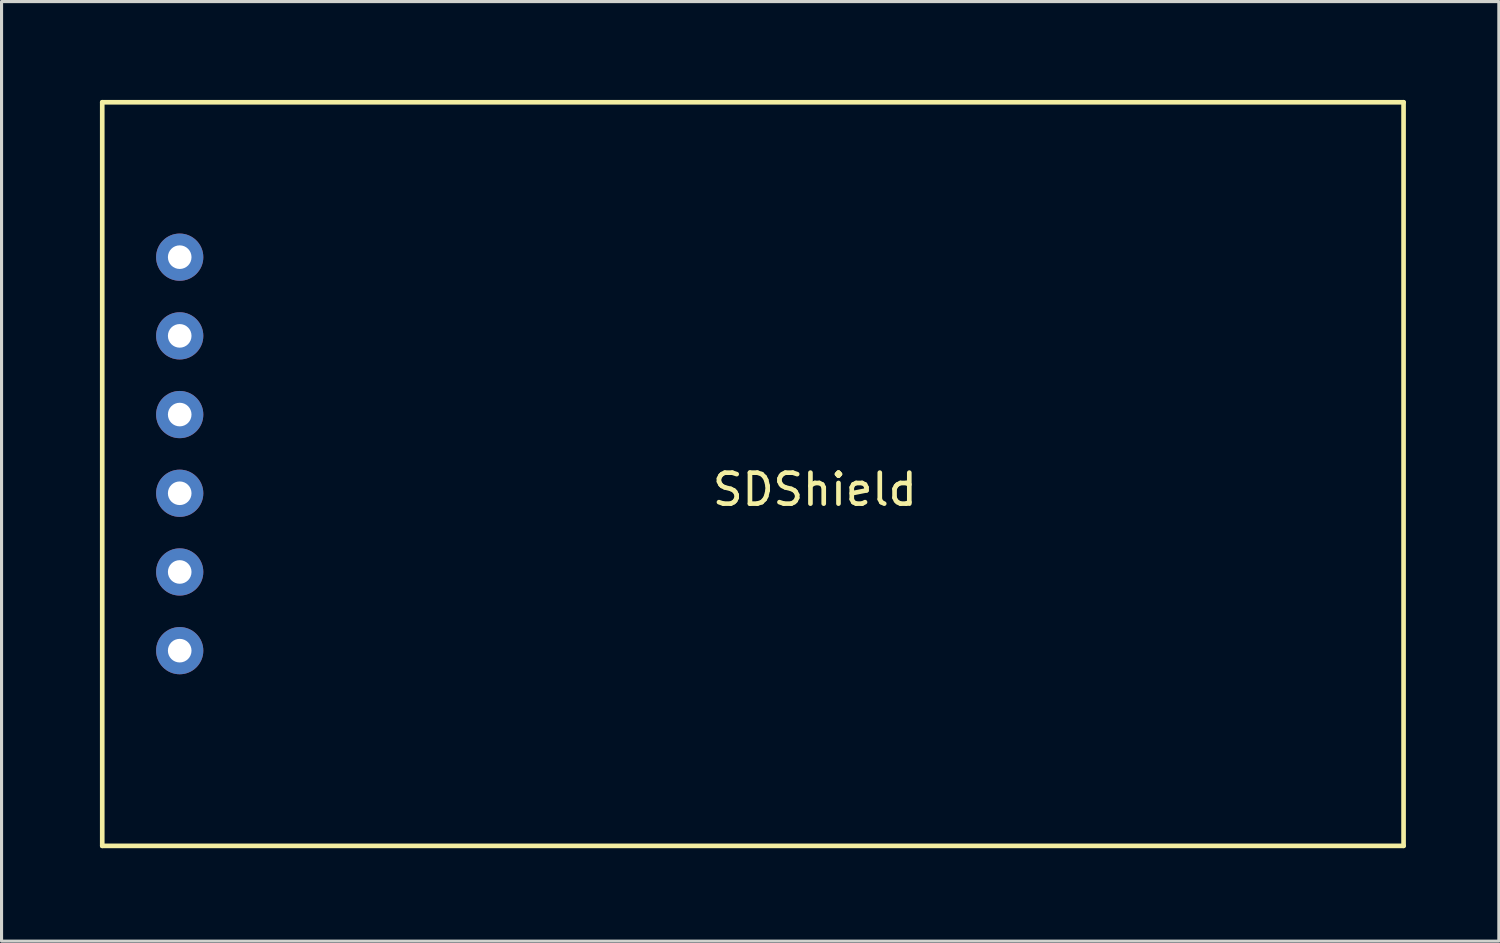
<source format=kicad_pcb>
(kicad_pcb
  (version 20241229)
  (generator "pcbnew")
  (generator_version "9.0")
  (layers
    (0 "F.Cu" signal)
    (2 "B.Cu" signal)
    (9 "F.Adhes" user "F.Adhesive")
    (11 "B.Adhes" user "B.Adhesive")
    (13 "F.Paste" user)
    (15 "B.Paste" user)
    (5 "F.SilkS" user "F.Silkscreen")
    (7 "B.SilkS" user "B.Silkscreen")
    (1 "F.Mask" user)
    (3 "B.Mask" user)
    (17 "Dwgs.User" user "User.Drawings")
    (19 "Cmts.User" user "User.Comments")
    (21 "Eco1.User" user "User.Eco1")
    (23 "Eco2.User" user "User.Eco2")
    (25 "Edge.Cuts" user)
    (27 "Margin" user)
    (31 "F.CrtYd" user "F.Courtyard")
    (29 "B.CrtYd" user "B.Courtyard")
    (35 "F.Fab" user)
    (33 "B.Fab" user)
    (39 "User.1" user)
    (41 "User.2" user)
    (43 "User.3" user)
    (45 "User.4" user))
  (footprint "SDShield"
    (layer "F.Cu")
    (at 0.25 0.25)
    (property "Reference" "SDShield" (at 23 12.5 0) (layer "F.SilkS") (effects (font (size 1 1) (thickness 0.15))))
    (attr through_hole)
    (fp_line (start 0 0) (end 0 24) (stroke (width 0.15) (type solid)) (layer "F.SilkS"))
    (fp_line (start 0 24) (end 42 24) (stroke (width 0.15) (type solid)) (layer "F.SilkS"))
    (fp_line (start 42 0) (end 0 0) (stroke (width 0.15) (type solid)) (layer "F.SilkS"))
    (fp_line (start 42 24) (end 42 0) (stroke (width 0.15) (type solid)) (layer "F.SilkS"))
    (pad "1" thru_hole circle (at 2.5 5) (size 1.524 1.524) (drill 0.762) (layers "*.Cu" "*.Mask"))
    (pad "2" thru_hole circle (at 2.5 7.54) (size 1.524 1.524) (drill 0.762) (layers "*.Cu" "*.Mask"))
    (pad "3" thru_hole circle (at 2.5 10.08) (size 1.524 1.524) (drill 0.762) (layers "*.Cu" "*.Mask"))
    (pad "4" thru_hole circle (at 2.5 12.62) (size 1.524 1.524) (drill 0.762) (layers "*.Cu" "*.Mask"))
    (pad "5" thru_hole circle (at 2.5 15.16) (size 1.524 1.524) (drill 0.762) (layers "*.Cu" "*.Mask"))
    (pad "6" thru_hole circle (at 2.5 17.7) (size 1.524 1.524) (drill 0.762) (layers "*.Cu" "*.Mask")))
  (gr_rect
    (start -3 -3)
    (end 45.325 27.325)
    (stroke (width 0.1) (type default))
    (fill no)
    (layer "Edge.Cuts")))
</source>
